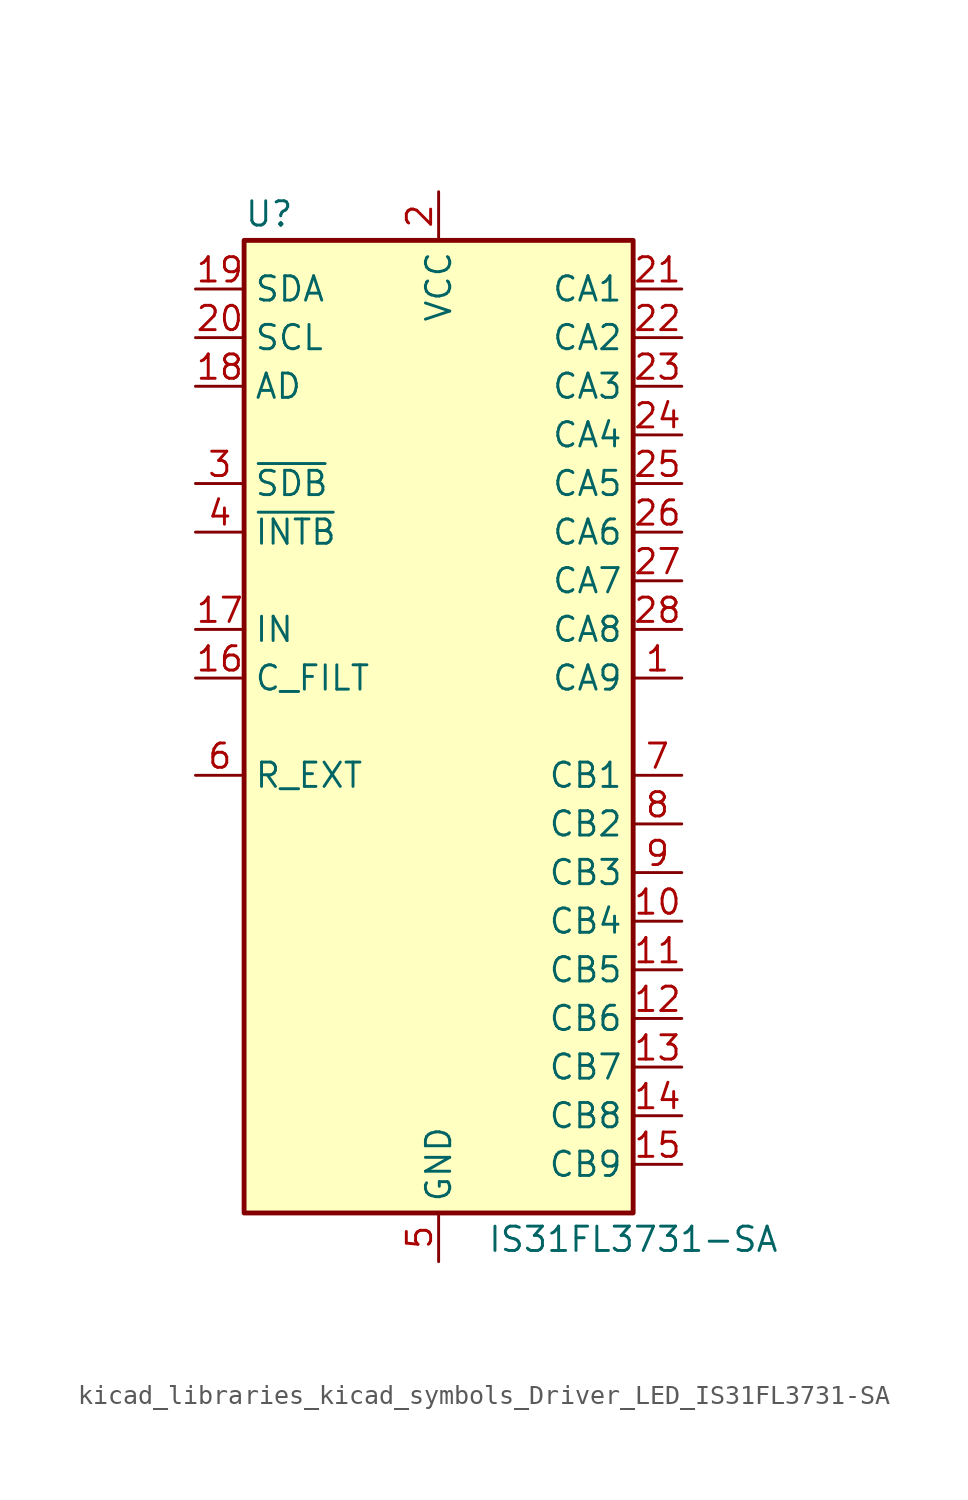
<source format=kicad_sym>
(kicad_symbol_lib
  (version 20220914)
  (generator kicad_symbol_editor)
  (symbol "kicad_libraries_kicad_symbols_Driver_LED_IS31FL3731-SA"
    (property "Reference" "U"
      (at -10.16 26.035 0)
      (effects (font (size 1.27 1.27)) (justify left bottom)))
    (property "Value" "IS31FL3731-SA"
      (at 2.54 -26.035 0)
      (effects (font (size 1.27 1.27)) (justify left top)))
    (symbol "kicad_libraries_kicad_symbols_Driver_LED_IS31FL3731-SA_0_1"
      (rectangle (start -10.16 25.4) (end 10.16 -25.4) (stroke (width 0.254) (type default)) (fill (type background))))
    (symbol "kicad_libraries_kicad_symbols_Driver_LED_IS31FL3731-SA_1_1"
      (pin bidirectional line (at 12.7 2.54 180) (length 2.54) (name "CA9" (effects (font (size 1.27 1.27)))) (number "1" (effects (font (size 1.27 1.27)))))
      (pin bidirectional line (at 12.7 -10.16 180) (length 2.54) (name "CB4" (effects (font (size 1.27 1.27)))) (number "10" (effects (font (size 1.27 1.27)))))
      (pin bidirectional line (at 12.7 -12.7 180) (length 2.54) (name "CB5" (effects (font (size 1.27 1.27)))) (number "11" (effects (font (size 1.27 1.27)))))
      (pin bidirectional line (at 12.7 -15.24 180) (length 2.54) (name "CB6" (effects (font (size 1.27 1.27)))) (number "12" (effects (font (size 1.27 1.27)))))
      (pin bidirectional line (at 12.7 -17.78 180) (length 2.54) (name "CB7" (effects (font (size 1.27 1.27)))) (number "13" (effects (font (size 1.27 1.27)))))
      (pin bidirectional line (at 12.7 -20.32 180) (length 2.54) (name "CB8" (effects (font (size 1.27 1.27)))) (number "14" (effects (font (size 1.27 1.27)))))
      (pin bidirectional line (at 12.7 -22.86 180) (length 2.54) (name "CB9" (effects (font (size 1.27 1.27)))) (number "15" (effects (font (size 1.27 1.27)))))
      (pin passive line (at -12.7 2.54 0) (length 2.54) (name "C_FILT" (effects (font (size 1.27 1.27)))) (number "16" (effects (font (size 1.27 1.27)))))
      (pin input line (at -12.7 5.08 0) (length 2.54) (name "IN" (effects (font (size 1.27 1.27)))) (number "17" (effects (font (size 1.27 1.27)))))
      (pin input line (at -12.7 17.78 0) (length 2.54) (name "AD" (effects (font (size 1.27 1.27)))) (number "18" (effects (font (size 1.27 1.27)))))
      (pin bidirectional line (at -12.7 22.86 0) (length 2.54) (name "SDA" (effects (font (size 1.27 1.27)))) (number "19" (effects (font (size 1.27 1.27)))))
      (pin power_in line (at 0 27.94 270) (length 2.54) (name "VCC" (effects (font (size 1.27 1.27)))) (number "2" (effects (font (size 1.27 1.27)))))
      (pin input line (at -12.7 20.32 0) (length 2.54) (name "SCL" (effects (font (size 1.27 1.27)))) (number "20" (effects (font (size 1.27 1.27)))))
      (pin bidirectional line (at 12.7 22.86 180) (length 2.54) (name "CA1" (effects (font (size 1.27 1.27)))) (number "21" (effects (font (size 1.27 1.27)))))
      (pin bidirectional line (at 12.7 20.32 180) (length 2.54) (name "CA2" (effects (font (size 1.27 1.27)))) (number "22" (effects (font (size 1.27 1.27)))))
      (pin bidirectional line (at 12.7 17.78 180) (length 2.54) (name "CA3" (effects (font (size 1.27 1.27)))) (number "23" (effects (font (size 1.27 1.27)))))
      (pin bidirectional line (at 12.7 15.24 180) (length 2.54) (name "CA4" (effects (font (size 1.27 1.27)))) (number "24" (effects (font (size 1.27 1.27)))))
      (pin bidirectional line (at 12.7 12.7 180) (length 2.54) (name "CA5" (effects (font (size 1.27 1.27)))) (number "25" (effects (font (size 1.27 1.27)))))
      (pin bidirectional line (at 12.7 10.16 180) (length 2.54) (name "CA6" (effects (font (size 1.27 1.27)))) (number "26" (effects (font (size 1.27 1.27)))))
      (pin bidirectional line (at 12.7 7.62 180) (length 2.54) (name "CA7" (effects (font (size 1.27 1.27)))) (number "27" (effects (font (size 1.27 1.27)))))
      (pin bidirectional line (at 12.7 5.08 180) (length 2.54) (name "CA8" (effects (font (size 1.27 1.27)))) (number "28" (effects (font (size 1.27 1.27)))))
      (pin input line (at -12.7 12.7 0) (length 2.54) (name "~{SDB}" (effects (font (size 1.27 1.27)))) (number "3" (effects (font (size 1.27 1.27)))))
      (pin open_collector line (at -12.7 10.16 0) (length 2.54) (name "~{INTB}" (effects (font (size 1.27 1.27)))) (number "4" (effects (font (size 1.27 1.27)))))
      (pin power_in line (at 0 -27.94 90) (length 2.54) (name "GND" (effects (font (size 1.27 1.27)))) (number "5" (effects (font (size 1.27 1.27)))))
      (pin passive line (at -12.7 -2.54 0) (length 2.54) (name "R_EXT" (effects (font (size 1.27 1.27)))) (number "6" (effects (font (size 1.27 1.27)))))
      (pin bidirectional line (at 12.7 -2.54 180) (length 2.54) (name "CB1" (effects (font (size 1.27 1.27)))) (number "7" (effects (font (size 1.27 1.27)))))
      (pin bidirectional line (at 12.7 -5.08 180) (length 2.54) (name "CB2" (effects (font (size 1.27 1.27)))) (number "8" (effects (font (size 1.27 1.27)))))
      (pin bidirectional line (at 12.7 -7.62 180) (length 2.54) (name "CB3" (effects (font (size 1.27 1.27)))) (number "9" (effects (font (size 1.27 1.27))))))))
</source>
